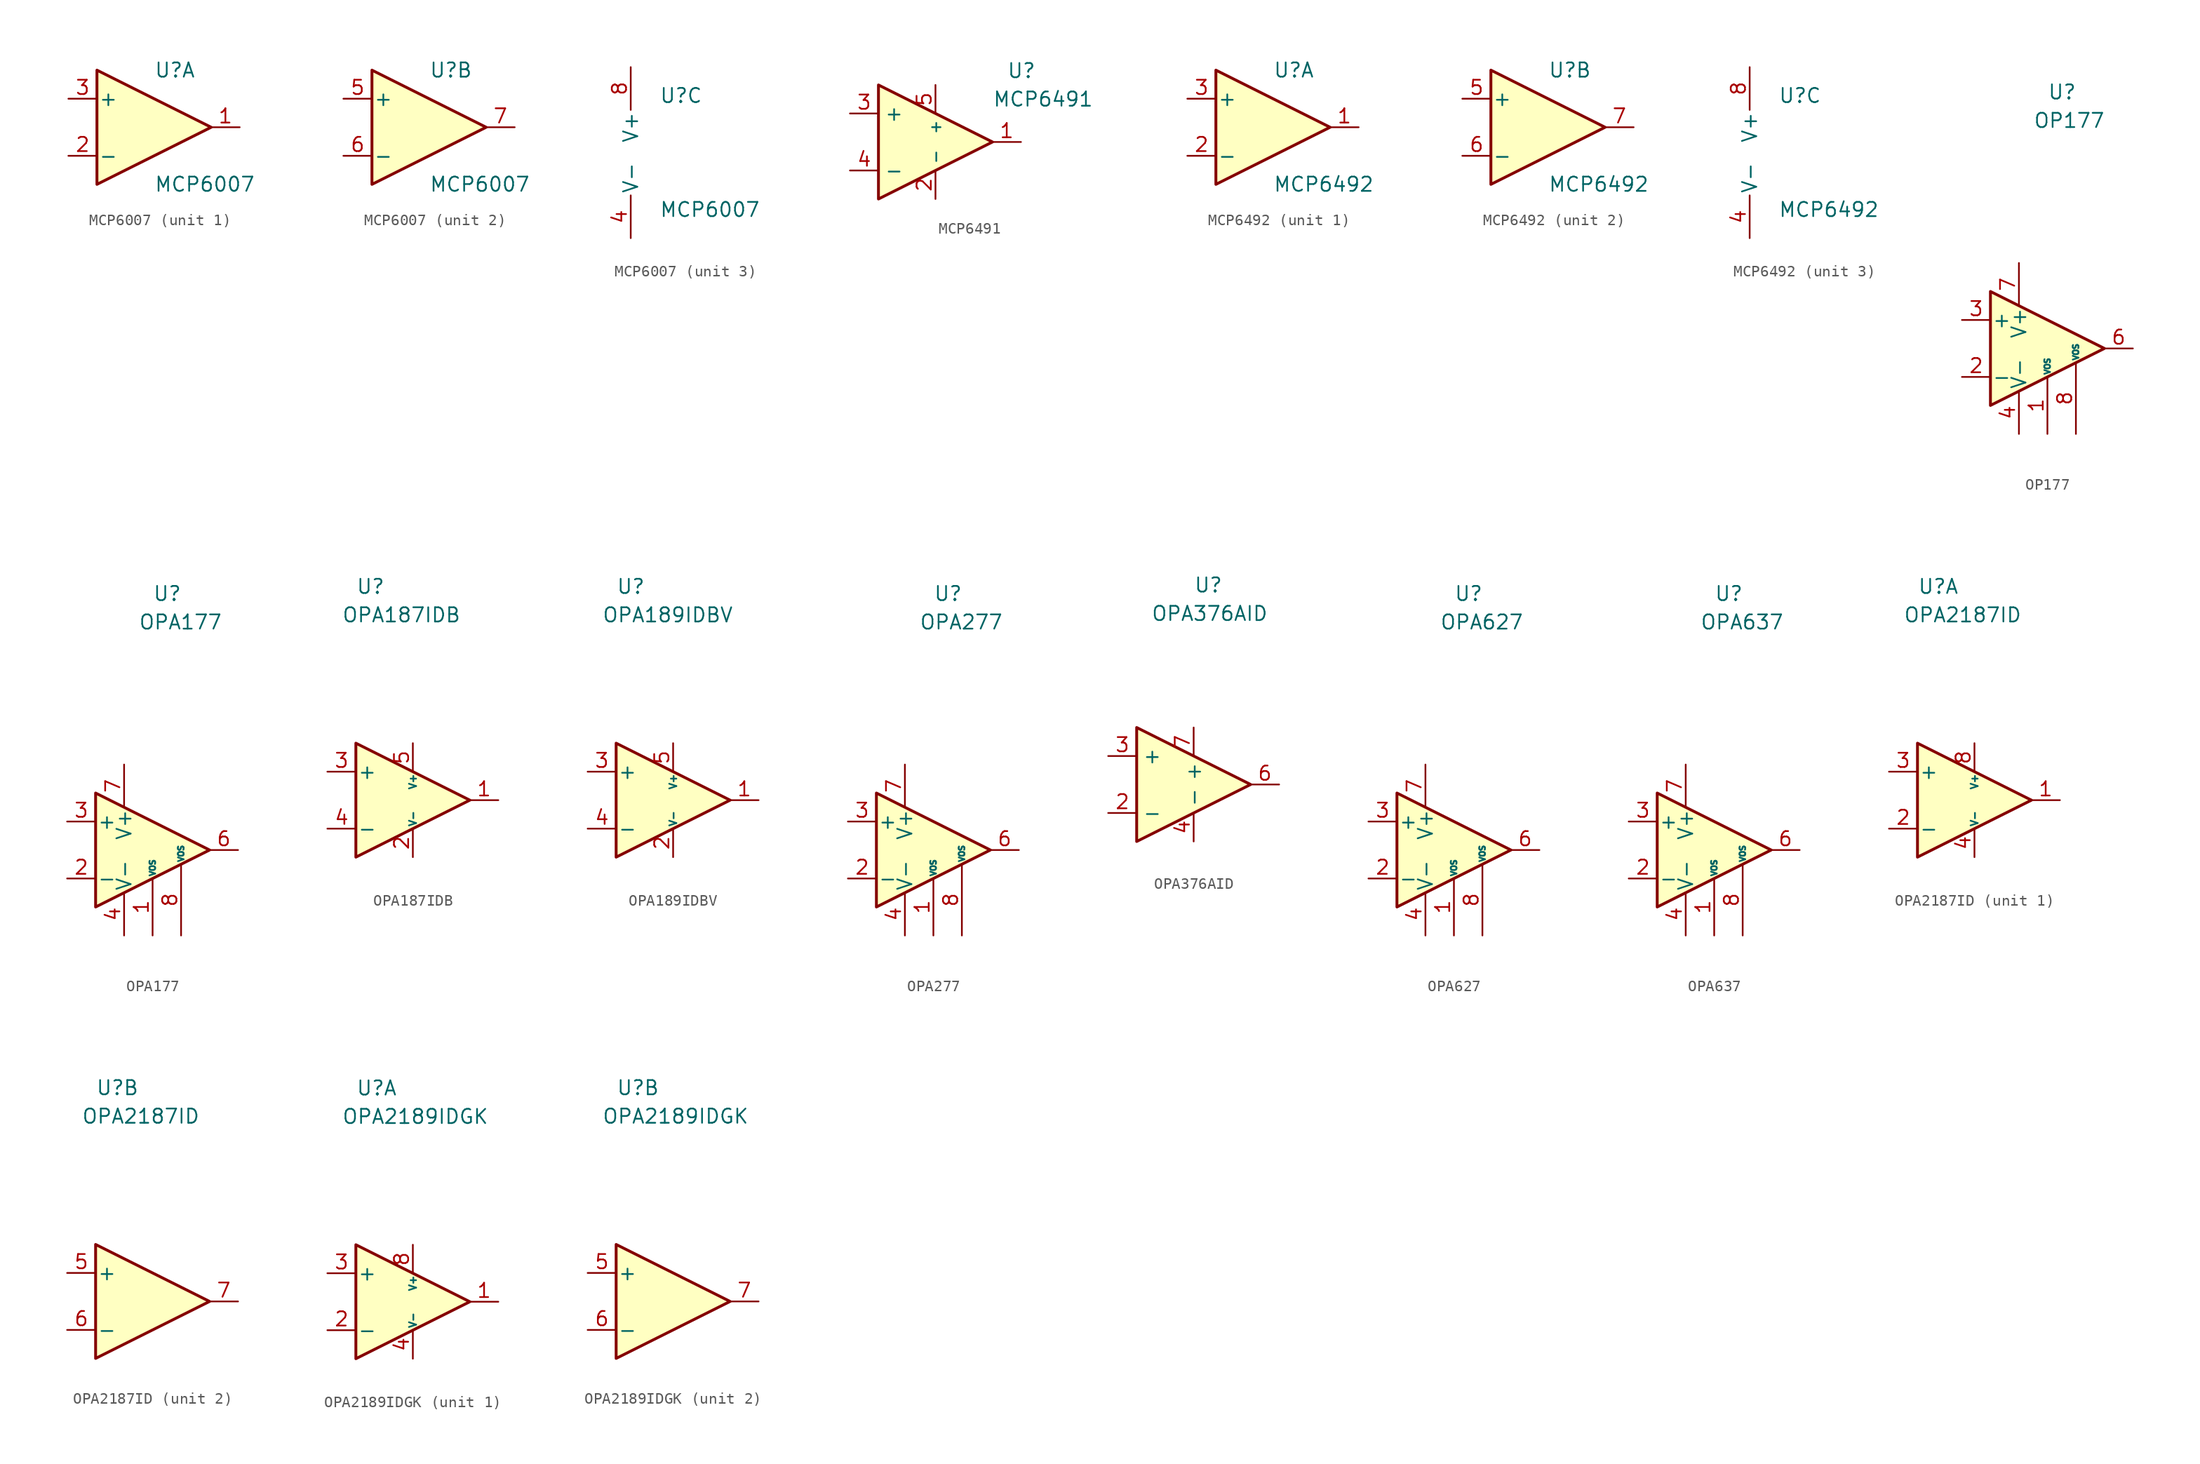
<source format=kicad_sym>
(kicad_symbol_lib
  (version 20211014)
  (generator kicad_symbol_editor)
  (symbol "MCP6007"
    (pin_names
      (offset 0.127))
    (property "Reference" "U"
      (at 0 5.08 0)
      (effects (font (size 1.27 1.27)) (justify left)))
    (property "Value" "MCP6007"
      (at 0 -5.08 0)
      (effects (font (size 1.27 1.27)) (justify left)))
    (property "ki_locked" ""
      (at 0 0 0)
      (effects (font (size 1.27 1.27))))
    (symbol "MCP6007_1_1"
      (polyline (pts (xy -5.08 5.08) (xy 5.08 0) (xy -5.08 -5.08) (xy -5.08 5.08)) (stroke (width 0.254) (type default) (color 0 0 0 0)) (fill (type background)))
      (pin output line (at 7.62 0 180) (length 2.54) (name "~" (effects (font (size 1.27 1.27)))) (number "1" (effects (font (size 1.27 1.27)))))
      (pin input line (at -7.62 -2.54 0) (length 2.54) (name "-" (effects (font (size 1.27 1.27)))) (number "2" (effects (font (size 1.27 1.27)))))
      (pin input line (at -7.62 2.54 0) (length 2.54) (name "+" (effects (font (size 1.27 1.27)))) (number "3" (effects (font (size 1.27 1.27))))))
    (symbol "MCP6007_2_1"
      (polyline (pts (xy -5.08 5.08) (xy 5.08 0) (xy -5.08 -5.08) (xy -5.08 5.08)) (stroke (width 0.254) (type default) (color 0 0 0 0)) (fill (type background)))
      (pin input line (at -7.62 2.54 0) (length 2.54) (name "+" (effects (font (size 1.27 1.27)))) (number "5" (effects (font (size 1.27 1.27)))))
      (pin input line (at -7.62 -2.54 0) (length 2.54) (name "-" (effects (font (size 1.27 1.27)))) (number "6" (effects (font (size 1.27 1.27)))))
      (pin output line (at 7.62 0 180) (length 2.54) (name "~" (effects (font (size 1.27 1.27)))) (number "7" (effects (font (size 1.27 1.27))))))
    (symbol "MCP6007_3_1"
      (pin power_in line (at -2.54 -7.62 90) (length 3.81) (name "V-" (effects (font (size 1.27 1.27)))) (number "4" (effects (font (size 1.27 1.27)))))
      (pin power_in line (at -2.54 7.62 270) (length 3.81) (name "V+" (effects (font (size 1.27 1.27)))) (number "8" (effects (font (size 1.27 1.27)))))))
  (symbol "MCP6491"
    (property "Reference" "U"
      (at 6.35 6.35 0)
      (effects (font (size 1.27 1.27)) (justify left)))
    (property "Value" "MCP6491"
      (at 5.08 3.81 0)
      (effects (font (size 1.27 1.27)) (justify left)))
    (symbol "MCP6491_0_0"
      (pin bidirectional line (at -7.62 -2.54 0) (length 2.54) (name "-" (effects (font (size 1.27 1.27)))) (number "4" (effects (font (size 1.27 1.27)))))
      (pin power_in line (at 0 5.08 270) (length 2.54) (name "+" (effects (font (size 0.991 0.991)))) (number "5" (effects (font (size 1.27 1.27))))))
    (symbol "MCP6491_1_1"
      (polyline (pts (xy -5.08 5.08) (xy 5.08 0) (xy -5.08 -5.08) (xy -5.08 5.08)) (stroke (width 0.254) (type default) (color 0 0 0 0)) (fill (type background)))
      (pin output line (at 7.62 0 180) (length 2.54) (name "~" (effects (font (size 1.27 1.27)))) (number "1" (effects (font (size 1.27 1.27)))))
      (pin power_in line (at 0 -5.08 90) (length 2.54) (name "-" (effects (font (size 0.991 0.991)))) (number "2" (effects (font (size 1.27 1.27)))))
      (pin bidirectional line (at -7.62 2.54 0) (length 2.54) (name "+" (effects (font (size 1.27 1.27)))) (number "3" (effects (font (size 1.27 1.27)))))))
  (symbol "MCP6492"
    (pin_names
      (offset 0.127))
    (property "Reference" "U"
      (at 0 5.08 0)
      (effects (font (size 1.27 1.27)) (justify left)))
    (property "Value" "MCP6492"
      (at 0 -5.08 0)
      (effects (font (size 1.27 1.27)) (justify left)))
    (property "ki_locked" ""
      (at 0 0 0)
      (effects (font (size 1.27 1.27))))
    (symbol "MCP6492_1_1"
      (polyline (pts (xy -5.08 5.08) (xy 5.08 0) (xy -5.08 -5.08) (xy -5.08 5.08)) (stroke (width 0.254) (type default) (color 0 0 0 0)) (fill (type background)))
      (pin output line (at 7.62 0 180) (length 2.54) (name "~" (effects (font (size 1.27 1.27)))) (number "1" (effects (font (size 1.27 1.27)))))
      (pin input line (at -7.62 -2.54 0) (length 2.54) (name "-" (effects (font (size 1.27 1.27)))) (number "2" (effects (font (size 1.27 1.27)))))
      (pin input line (at -7.62 2.54 0) (length 2.54) (name "+" (effects (font (size 1.27 1.27)))) (number "3" (effects (font (size 1.27 1.27))))))
    (symbol "MCP6492_2_1"
      (polyline (pts (xy -5.08 5.08) (xy 5.08 0) (xy -5.08 -5.08) (xy -5.08 5.08)) (stroke (width 0.254) (type default) (color 0 0 0 0)) (fill (type background)))
      (pin input line (at -7.62 2.54 0) (length 2.54) (name "+" (effects (font (size 1.27 1.27)))) (number "5" (effects (font (size 1.27 1.27)))))
      (pin input line (at -7.62 -2.54 0) (length 2.54) (name "-" (effects (font (size 1.27 1.27)))) (number "6" (effects (font (size 1.27 1.27)))))
      (pin output line (at 7.62 0 180) (length 2.54) (name "~" (effects (font (size 1.27 1.27)))) (number "7" (effects (font (size 1.27 1.27))))))
    (symbol "MCP6492_3_1"
      (pin power_in line (at -2.54 -7.62 90) (length 3.81) (name "V-" (effects (font (size 1.27 1.27)))) (number "4" (effects (font (size 1.27 1.27)))))
      (pin power_in line (at -2.54 7.62 270) (length 3.81) (name "V+" (effects (font (size 1.27 1.27)))) (number "8" (effects (font (size 1.27 1.27)))))))
  (symbol "OP177"
    (pin_names
      (offset 0.127))
    (property "Reference" "U"
      (at 0 22.86 0)
      (effects (font (size 1.27 1.27)) (justify left)))
    (property "Value" "OP177"
      (at -1.27 20.32 0)
      (effects (font (size 1.27 1.27)) (justify left)))
    (symbol "OP177_0_1"
      (polyline (pts (xy -5.08 5.08) (xy 5.08 0) (xy -5.08 -5.08) (xy -5.08 5.08)) (stroke (width 0.254) (type default) (color 0 0 0 0)) (fill (type background))))
    (symbol "OP177_1_1"
      (pin passive line (at 0 -7.62 90) (length 5.08) (name "VOS" (effects (font (size 0.508 0.508)))) (number "1" (effects (font (size 1.27 1.27)))))
      (pin input line (at -7.62 -2.54 0) (length 2.54) (name "-" (effects (font (size 1.27 1.27)))) (number "2" (effects (font (size 1.27 1.27)))))
      (pin input line (at -7.62 2.54 0) (length 2.54) (name "+" (effects (font (size 1.27 1.27)))) (number "3" (effects (font (size 1.27 1.27)))))
      (pin power_in line (at -2.54 -7.62 90) (length 3.81) (name "V-" (effects (font (size 1.27 1.27)))) (number "4" (effects (font (size 1.27 1.27)))))
      (pin no_connect line (at 0 2.54 270) (length 2.54) hide (name "NC" (effects (font (size 1.27 1.27)))) (number "5" (effects (font (size 1.27 1.27)))))
      (pin output line (at 7.62 0 180) (length 2.54) (name "~" (effects (font (size 1.27 1.27)))) (number "6" (effects (font (size 1.27 1.27)))))
      (pin power_in line (at -2.54 7.62 270) (length 3.81) (name "V+" (effects (font (size 1.27 1.27)))) (number "7" (effects (font (size 1.27 1.27)))))
      (pin passive line (at 2.54 -7.62 90) (length 6.35) (name "VOS" (effects (font (size 0.508 0.508)))) (number "8" (effects (font (size 1.27 1.27)))))))
  (symbol "OPA177"
    (pin_names
      (offset 0.127))
    (property "Reference" "U"
      (at 0 22.86 0)
      (effects (font (size 1.27 1.27)) (justify left)))
    (property "Value" "OPA177"
      (at -1.27 20.32 0)
      (effects (font (size 1.27 1.27)) (justify left)))
    (symbol "OPA177_0_1"
      (polyline (pts (xy -5.08 5.08) (xy 5.08 0) (xy -5.08 -5.08) (xy -5.08 5.08)) (stroke (width 0.254) (type default) (color 0 0 0 0)) (fill (type background))))
    (symbol "OPA177_1_1"
      (pin passive line (at 0 -7.62 90) (length 5.08) (name "VOS" (effects (font (size 0.508 0.508)))) (number "1" (effects (font (size 1.27 1.27)))))
      (pin input line (at -7.62 -2.54 0) (length 2.54) (name "-" (effects (font (size 1.27 1.27)))) (number "2" (effects (font (size 1.27 1.27)))))
      (pin input line (at -7.62 2.54 0) (length 2.54) (name "+" (effects (font (size 1.27 1.27)))) (number "3" (effects (font (size 1.27 1.27)))))
      (pin power_in line (at -2.54 -7.62 90) (length 3.81) (name "V-" (effects (font (size 1.27 1.27)))) (number "4" (effects (font (size 1.27 1.27)))))
      (pin output line (at 7.62 0 180) (length 2.54) (name "~" (effects (font (size 1.27 1.27)))) (number "6" (effects (font (size 1.27 1.27)))))
      (pin power_in line (at -2.54 7.62 270) (length 3.81) (name "V+" (effects (font (size 1.27 1.27)))) (number "7" (effects (font (size 1.27 1.27)))))
      (pin passive line (at 2.54 -7.62 90) (length 6.35) (name "VOS" (effects (font (size 0.508 0.508)))) (number "8" (effects (font (size 1.27 1.27)))))))
  (symbol "OPA187IDB"
    (pin_names
      (offset 0.127))
    (property "Reference" "U"
      (at -3.81 19.05 0)
      (effects (font (size 1.27 1.27)) (justify left)))
    (property "Value" "OPA187IDB"
      (at -5.08 16.51 0)
      (effects (font (size 1.27 1.27)) (justify left)))
    (symbol "OPA187IDB_0_1"
      (polyline (pts (xy -3.81 5.08) (xy 6.35 0) (xy -3.81 -5.08) (xy -3.81 5.08)) (stroke (width 0.254) (type default) (color 0 0 0 0)) (fill (type background))))
    (symbol "OPA187IDB_1_1"
      (pin output line (at 8.89 0 180) (length 2.54) (name "~" (effects (font (size 0.508 0.508)))) (number "1" (effects (font (size 1.27 1.27)))))
      (pin power_in line (at 1.27 -5.08 90) (length 2.54) (name "V-" (effects (font (size 0.635 0.635)))) (number "2" (effects (font (size 1.27 1.27)))))
      (pin input line (at -6.35 2.54 0) (length 2.54) (name "+" (effects (font (size 1.27 1.27)))) (number "3" (effects (font (size 1.27 1.27)))))
      (pin input line (at -6.35 -2.54 0) (length 2.54) (name "-" (effects (font (size 1.27 1.27)))) (number "4" (effects (font (size 1.27 1.27)))))
      (pin power_in line (at 1.27 5.08 270) (length 2.54) (name "V+" (effects (font (size 0.635 0.635)))) (number "5" (effects (font (size 1.27 1.27)))))))
  (symbol "OPA189IDBV"
    (pin_names
      (offset 0.127))
    (property "Reference" "U"
      (at -3.81 19.05 0)
      (effects (font (size 1.27 1.27)) (justify left)))
    (property "Value" "OPA189IDBV"
      (at -5.08 16.51 0)
      (effects (font (size 1.27 1.27)) (justify left)))
    (symbol "OPA189IDBV_0_1"
      (polyline (pts (xy -3.81 5.08) (xy 6.35 0) (xy -3.81 -5.08) (xy -3.81 5.08)) (stroke (width 0.254) (type default) (color 0 0 0 0)) (fill (type background))))
    (symbol "OPA189IDBV_1_1"
      (pin output line (at 8.89 0 180) (length 2.54) (name "~" (effects (font (size 0.508 0.508)))) (number "1" (effects (font (size 1.27 1.27)))))
      (pin power_in line (at 1.27 -5.08 90) (length 2.54) (name "V-" (effects (font (size 0.635 0.635)))) (number "2" (effects (font (size 1.27 1.27)))))
      (pin input line (at -6.35 2.54 0) (length 2.54) (name "+" (effects (font (size 1.27 1.27)))) (number "3" (effects (font (size 1.27 1.27)))))
      (pin input line (at -6.35 -2.54 0) (length 2.54) (name "-" (effects (font (size 1.27 1.27)))) (number "4" (effects (font (size 1.27 1.27)))))
      (pin power_in line (at 1.27 5.08 270) (length 2.54) (name "V+" (effects (font (size 0.635 0.635)))) (number "5" (effects (font (size 1.27 1.27)))))))
  (symbol "OPA277"
    (pin_names
      (offset 0.127))
    (property "Reference" "U"
      (at 0 22.86 0)
      (effects (font (size 1.27 1.27)) (justify left)))
    (property "Value" "OPA277"
      (at -1.27 20.32 0)
      (effects (font (size 1.27 1.27)) (justify left)))
    (symbol "OPA277_0_1"
      (polyline (pts (xy -5.08 5.08) (xy 5.08 0) (xy -5.08 -5.08) (xy -5.08 5.08)) (stroke (width 0.254) (type default) (color 0 0 0 0)) (fill (type background))))
    (symbol "OPA277_1_1"
      (pin passive line (at 0 -7.62 90) (length 5.08) (name "VOS" (effects (font (size 0.508 0.508)))) (number "1" (effects (font (size 1.27 1.27)))))
      (pin input line (at -7.62 -2.54 0) (length 2.54) (name "-" (effects (font (size 1.27 1.27)))) (number "2" (effects (font (size 1.27 1.27)))))
      (pin input line (at -7.62 2.54 0) (length 2.54) (name "+" (effects (font (size 1.27 1.27)))) (number "3" (effects (font (size 1.27 1.27)))))
      (pin power_in line (at -2.54 -7.62 90) (length 3.81) (name "V-" (effects (font (size 1.27 1.27)))) (number "4" (effects (font (size 1.27 1.27)))))
      (pin output line (at 7.62 0 180) (length 2.54) (name "~" (effects (font (size 1.27 1.27)))) (number "6" (effects (font (size 1.27 1.27)))))
      (pin power_in line (at -2.54 7.62 270) (length 3.81) (name "V+" (effects (font (size 1.27 1.27)))) (number "7" (effects (font (size 1.27 1.27)))))
      (pin passive line (at 2.54 -7.62 90) (length 6.35) (name "VOS" (effects (font (size 0.508 0.508)))) (number "8" (effects (font (size 1.27 1.27)))))))
  (symbol "OPA376AID"
    (property "Reference" "U"
      (at 0 17.78 0)
      (effects (font (size 1.27 1.27)) (justify left)))
    (property "Value" "OPA376AID"
      (at -3.81 15.24 0)
      (effects (font (size 1.27 1.27)) (justify left)))
    (symbol "OPA376AID_0_0"
      (pin no_connect line (at -5.08 5.08 0) (length 2.54) hide (name "" (effects (font (size 1.27 1.27)))) (number "1" (effects (font (size 1.27 1.27)))))
      (pin power_in line (at 0 -5.08 90) (length 2.54) (name "-" (effects (font (size 1.27 1.27)))) (number "4" (effects (font (size 1.27 1.27)))))
      (pin no_connect line (at -5.08 0 0) (length 2.54) hide (name "" (effects (font (size 1.27 1.27)))) (number "5" (effects (font (size 1.27 1.27)))))
      (pin power_in line (at 0 5.08 270) (length 2.54) (name "+" (effects (font (size 1.27 1.27)))) (number "7" (effects (font (size 1.27 1.27)))))
      (pin no_connect line (at -5.08 -5.08 0) (length 2.54) hide (name "" (effects (font (size 1.27 1.27)))) (number "8" (effects (font (size 1.27 1.27))))))
    (symbol "OPA376AID_1_1"
      (polyline (pts (xy -5.08 5.08) (xy 5.08 0) (xy -5.08 -5.08) (xy -5.08 5.08)) (stroke (width 0.254) (type default) (color 0 0 0 0)) (fill (type background)))
      (pin input line (at -7.62 -2.54 0) (length 2.54) (name "-" (effects (font (size 1.27 1.27)))) (number "2" (effects (font (size 1.27 1.27)))))
      (pin input line (at -7.62 2.54 0) (length 2.54) (name "+" (effects (font (size 1.27 1.27)))) (number "3" (effects (font (size 1.27 1.27)))))
      (pin output line (at 7.62 0 180) (length 2.54) (name "~" (effects (font (size 1.27 1.27)))) (number "6" (effects (font (size 1.27 1.27)))))))
  (symbol "OPA627"
    (pin_names
      (offset 0.127))
    (property "Reference" "U"
      (at 0 22.86 0)
      (effects (font (size 1.27 1.27)) (justify left)))
    (property "Value" "OPA627"
      (at -1.27 20.32 0)
      (effects (font (size 1.27 1.27)) (justify left)))
    (symbol "OPA627_0_1"
      (polyline (pts (xy -5.08 5.08) (xy 5.08 0) (xy -5.08 -5.08) (xy -5.08 5.08)) (stroke (width 0.254) (type default) (color 0 0 0 0)) (fill (type background))))
    (symbol "OPA627_1_1"
      (pin passive line (at 0 -7.62 90) (length 5.08) (name "VOS" (effects (font (size 0.508 0.508)))) (number "1" (effects (font (size 1.27 1.27)))))
      (pin input line (at -7.62 -2.54 0) (length 2.54) (name "-" (effects (font (size 1.27 1.27)))) (number "2" (effects (font (size 1.27 1.27)))))
      (pin input line (at -7.62 2.54 0) (length 2.54) (name "+" (effects (font (size 1.27 1.27)))) (number "3" (effects (font (size 1.27 1.27)))))
      (pin power_in line (at -2.54 -7.62 90) (length 3.81) (name "V-" (effects (font (size 1.27 1.27)))) (number "4" (effects (font (size 1.27 1.27)))))
      (pin no_connect line (at 0 2.54 270) (length 2.54) hide (name "NC" (effects (font (size 1.27 1.27)))) (number "5" (effects (font (size 1.27 1.27)))))
      (pin output line (at 7.62 0 180) (length 2.54) (name "~" (effects (font (size 1.27 1.27)))) (number "6" (effects (font (size 1.27 1.27)))))
      (pin power_in line (at -2.54 7.62 270) (length 3.81) (name "V+" (effects (font (size 1.27 1.27)))) (number "7" (effects (font (size 1.27 1.27)))))
      (pin passive line (at 2.54 -7.62 90) (length 6.35) (name "VOS" (effects (font (size 0.508 0.508)))) (number "8" (effects (font (size 1.27 1.27)))))))
  (symbol "OPA637"
    (pin_names
      (offset 0.127))
    (property "Reference" "U"
      (at 0 22.86 0)
      (effects (font (size 1.27 1.27)) (justify left)))
    (property "Value" "OPA637"
      (at -1.27 20.32 0)
      (effects (font (size 1.27 1.27)) (justify left)))
    (symbol "OPA637_0_1"
      (polyline (pts (xy -5.08 5.08) (xy 5.08 0) (xy -5.08 -5.08) (xy -5.08 5.08)) (stroke (width 0.254) (type default) (color 0 0 0 0)) (fill (type background))))
    (symbol "OPA637_1_1"
      (pin passive line (at 0 -7.62 90) (length 5.08) (name "VOS" (effects (font (size 0.508 0.508)))) (number "1" (effects (font (size 1.27 1.27)))))
      (pin input line (at -7.62 -2.54 0) (length 2.54) (name "-" (effects (font (size 1.27 1.27)))) (number "2" (effects (font (size 1.27 1.27)))))
      (pin input line (at -7.62 2.54 0) (length 2.54) (name "+" (effects (font (size 1.27 1.27)))) (number "3" (effects (font (size 1.27 1.27)))))
      (pin power_in line (at -2.54 -7.62 90) (length 3.81) (name "V-" (effects (font (size 1.27 1.27)))) (number "4" (effects (font (size 1.27 1.27)))))
      (pin no_connect line (at 0 2.54 270) (length 2.54) hide (name "NC" (effects (font (size 1.27 1.27)))) (number "5" (effects (font (size 1.27 1.27)))))
      (pin output line (at 7.62 0 180) (length 2.54) (name "~" (effects (font (size 1.27 1.27)))) (number "6" (effects (font (size 1.27 1.27)))))
      (pin power_in line (at -2.54 7.62 270) (length 3.81) (name "V+" (effects (font (size 1.27 1.27)))) (number "7" (effects (font (size 1.27 1.27)))))
      (pin passive line (at 2.54 -7.62 90) (length 6.35) (name "VOS" (effects (font (size 0.508 0.508)))) (number "8" (effects (font (size 1.27 1.27)))))))
  (symbol "OPA2187ID"
    (pin_names
      (offset 0.127))
    (property "Reference" "U"
      (at -3.81 19.05 0)
      (effects (font (size 1.27 1.27)) (justify left)))
    (property "Value" "OPA2187ID"
      (at -5.08 16.51 0)
      (effects (font (size 1.27 1.27)) (justify left)))
    (symbol "OPA2187ID_0_1"
      (polyline (pts (xy -3.81 5.08) (xy 6.35 0) (xy -3.81 -5.08) (xy -3.81 5.08)) (stroke (width 0.254) (type default) (color 0 0 0 0)) (fill (type background))))
    (symbol "OPA2187ID_1_1"
      (pin output line (at 8.89 0 180) (length 2.54) (name "~" (effects (font (size 0.508 0.508)))) (number "1" (effects (font (size 1.27 1.27)))))
      (pin input line (at -6.35 -2.54 0) (length 2.54) (name "-" (effects (font (size 1.27 1.27)))) (number "2" (effects (font (size 1.27 1.27)))))
      (pin input line (at -6.35 2.54 0) (length 2.54) (name "+" (effects (font (size 1.27 1.27)))) (number "3" (effects (font (size 1.27 1.27)))))
      (pin power_in line (at 1.27 -5.08 90) (length 2.54) (name "V-" (effects (font (size 0.635 0.635)))) (number "4" (effects (font (size 1.27 1.27)))))
      (pin power_in line (at 1.27 5.08 270) (length 2.54) (name "V+" (effects (font (size 0.635 0.635)))) (number "8" (effects (font (size 1.27 1.27))))))
    (symbol "OPA2187ID_2_1"
      (pin input line (at -6.35 2.54 0) (length 2.54) (name "+" (effects (font (size 1.27 1.27)))) (number "5" (effects (font (size 1.27 1.27)))))
      (pin input line (at -6.35 -2.54 0) (length 2.54) (name "-" (effects (font (size 1.27 1.27)))) (number "6" (effects (font (size 1.27 1.27)))))
      (pin output line (at 8.89 0 180) (length 2.54) (name "~" (effects (font (size 0.508 0.508)))) (number "7" (effects (font (size 1.27 1.27)))))))
  (symbol "OPA2189IDGK"
    (pin_names
      (offset 0.127))
    (property "Reference" "U"
      (at -3.81 19.05 0)
      (effects (font (size 1.27 1.27)) (justify left)))
    (property "Value" "OPA2189IDGK"
      (at -5.08 16.51 0)
      (effects (font (size 1.27 1.27)) (justify left)))
    (property "ki_locked" ""
      (at 0 0 0)
      (effects (font (size 1.27 1.27))))
    (symbol "OPA2189IDGK_0_1"
      (polyline (pts (xy -3.81 5.08) (xy 6.35 0) (xy -3.81 -5.08) (xy -3.81 5.08)) (stroke (width 0.254) (type default) (color 0 0 0 0)) (fill (type background))))
    (symbol "OPA2189IDGK_1_1"
      (pin output line (at 8.89 0 180) (length 2.54) (name "~" (effects (font (size 0.508 0.508)))) (number "1" (effects (font (size 1.27 1.27)))))
      (pin input line (at -6.35 -2.54 0) (length 2.54) (name "-" (effects (font (size 1.27 1.27)))) (number "2" (effects (font (size 1.27 1.27)))))
      (pin input line (at -6.35 2.54 0) (length 2.54) (name "+" (effects (font (size 1.27 1.27)))) (number "3" (effects (font (size 1.27 1.27)))))
      (pin power_in line (at 1.27 -5.08 90) (length 2.54) (name "V-" (effects (font (size 0.635 0.635)))) (number "4" (effects (font (size 1.27 1.27)))))
      (pin power_in line (at 1.27 5.08 270) (length 2.54) (name "V+" (effects (font (size 0.635 0.635)))) (number "8" (effects (font (size 1.27 1.27))))))
    (symbol "OPA2189IDGK_2_1"
      (pin input line (at -6.35 2.54 0) (length 2.54) (name "+" (effects (font (size 1.27 1.27)))) (number "5" (effects (font (size 1.27 1.27)))))
      (pin input line (at -6.35 -2.54 0) (length 2.54) (name "-" (effects (font (size 1.27 1.27)))) (number "6" (effects (font (size 1.27 1.27)))))
      (pin output line (at 8.89 0 180) (length 2.54) (name "~" (effects (font (size 0.508 0.508)))) (number "7" (effects (font (size 1.27 1.27))))))))
</source>
